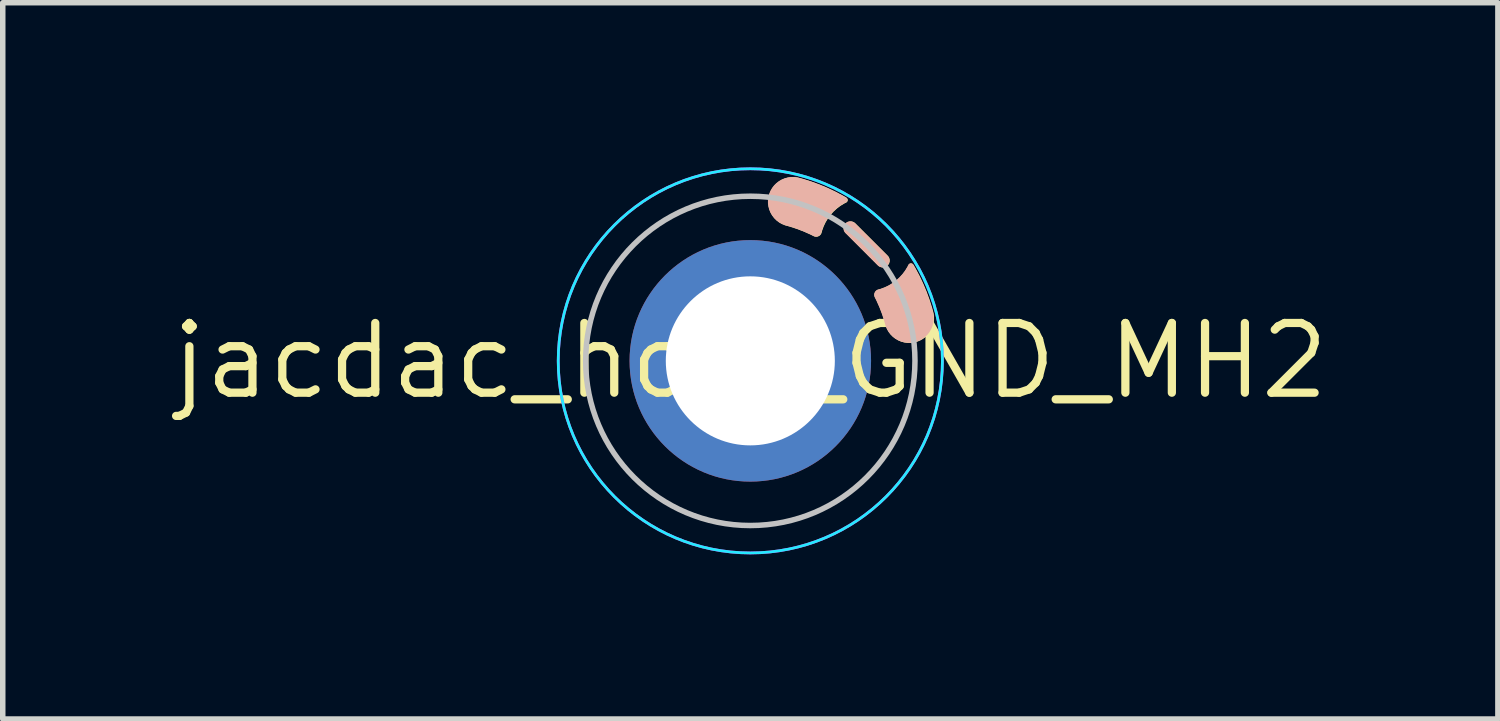
<source format=kicad_pcb>
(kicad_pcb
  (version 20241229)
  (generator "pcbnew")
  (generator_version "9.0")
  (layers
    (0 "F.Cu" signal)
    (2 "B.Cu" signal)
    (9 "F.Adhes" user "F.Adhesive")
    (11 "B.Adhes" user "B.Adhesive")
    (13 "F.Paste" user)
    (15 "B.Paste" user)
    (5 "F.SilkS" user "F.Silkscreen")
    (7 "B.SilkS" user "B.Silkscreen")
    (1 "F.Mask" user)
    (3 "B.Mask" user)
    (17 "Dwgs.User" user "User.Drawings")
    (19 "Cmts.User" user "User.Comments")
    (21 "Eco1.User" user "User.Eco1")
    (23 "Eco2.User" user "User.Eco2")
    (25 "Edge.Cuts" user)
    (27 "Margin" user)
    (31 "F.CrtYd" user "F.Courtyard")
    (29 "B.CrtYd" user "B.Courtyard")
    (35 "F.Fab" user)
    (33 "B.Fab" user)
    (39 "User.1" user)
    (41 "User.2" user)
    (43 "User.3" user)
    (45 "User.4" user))
  (footprint "jacdac_hole_GND_MH2"
    (layer "F.Cu")
    (at 10.621 3.525)
    (property "Reference" "jacdac_hole_GND_MH2" (at 0 0 0) (layer "F.SilkS") (effects (font (size 1.27 1.27) (thickness 0.15))))
    (attr through_hole)
    (fp_circle (center 0 0) (end 2.5 0) (stroke (width 0.1) (type solid)) (fill yes) (layer "F.Mask"))
    (fp_circle (center 0 0) (end 2.5 0) (stroke (width 0.1) (type solid)) (fill yes) (layer "B.Mask"))
    (fp_poly (pts (arc (start 1.915506 -2.503912) (mid 1.738729 -2.503913) (end 1.738729 -2.327135)) (arc (start 2.327135 -1.738729) (mid 2.503912 -1.73873) (end 2.503912 -1.915506))) (stroke (width 0) (type solid)) (fill yes) (layer "F.SilkS"))
    (fp_poly (pts (arc (start 1.156844 -2.27249) (mid 0.913403 -2.380797) (end 0.659989 -2.463111)) (arc (start 0.659989 -2.463111) (mid 0.341791 -3.014247) (end 0.892926 -3.332444)) (arc (start 0.892926 -3.332444) (mid 1.334087 -3.181621) (end 1.750884 -2.972693)) (arc (start 1.750884 -2.972693) (mid 1.775472 -2.927688) (end 1.747498 -2.884706)) (arc (start 1.747498 -2.884706) (mid 1.463371 -2.659468) (end 1.298959 -2.336314)) (arc (start 1.298959 -2.336314) (mid 1.243179 -2.270384) (end 1.156844 -2.27249))) (stroke (width 0) (type solid)) (fill yes) (layer "F.SilkS"))
    (fp_poly (pts (arc (start 2.336314 -1.298959) (mid 2.270384 -1.243179) (end 2.27249 -1.156844)) (arc (start 2.27249 -1.156844) (mid 2.380797 -0.913403) (end 2.463111 -0.659989)) (arc (start 2.463111 -0.659989) (mid 3.014246 -0.341792) (end 3.332444 -0.892926)) (arc (start 3.332444 -0.892926) (mid 3.181621 -1.334087) (end 2.972693 -1.750884)) (arc (start 2.972693 -1.750884) (mid 2.927688 -1.775472) (end 2.884706 -1.747498)) (arc (start 2.884706 -1.747498) (mid 2.659468 -1.463371) (end 2.336314 -1.298959))) (stroke (width 0) (type solid)) (fill yes) (layer "F.SilkS"))
    (fp_poly (pts (arc (start 1.909904 -2.505774) (mid 1.733127 -2.505775) (end 1.733127 -2.328997)) (arc (start 2.321533 -1.740591) (mid 2.49831 -1.740592) (end 2.49831 -1.917368))) (stroke (width 0) (type solid)) (fill yes) (layer "B.SilkS"))
    (fp_poly (pts (arc (start 1.151242 -2.274352) (mid 0.907801 -2.382659) (end 0.654387 -2.464973)) (arc (start 0.654387 -2.464973) (mid 0.336189 -3.016109) (end 0.887324 -3.334306)) (arc (start 0.887324 -3.334306) (mid 1.328485 -3.183483) (end 1.745282 -2.974555)) (arc (start 1.745282 -2.974555) (mid 1.76987 -2.92955) (end 1.741896 -2.886568)) (arc (start 1.741896 -2.886568) (mid 1.457769 -2.66133) (end 1.293357 -2.338176)) (arc (start 1.293357 -2.338176) (mid 1.237577 -2.272246) (end 1.151242 -2.274352))) (stroke (width 0) (type solid)) (fill yes) (layer "B.SilkS"))
    (fp_poly (pts (arc (start 2.330712 -1.300821) (mid 2.264782 -1.245041) (end 2.266888 -1.158706)) (arc (start 2.266888 -1.158706) (mid 2.375195 -0.915265) (end 2.457509 -0.661851)) (arc (start 2.457509 -0.661851) (mid 3.008644 -0.343654) (end 3.326842 -0.894788)) (arc (start 3.326842 -0.894788) (mid 3.176019 -1.335949) (end 2.967091 -1.752746)) (arc (start 2.967091 -1.752746) (mid 2.922086 -1.777334) (end 2.879104 -1.74936)) (arc (start 2.879104 -1.74936) (mid 2.653866 -1.465233) (end 2.330712 -1.300821))) (stroke (width 0) (type solid)) (fill yes) (layer "B.SilkS"))
    (fp_circle (center 0 0) (end 3 0) (stroke (width 0.1) (type default)) (fill no) (layer "Dwgs.User"))
    (fp_circle (center 0 0) (end 3.5 0) (stroke (width 0.05) (type default)) (fill no) (layer "B.CrtYd"))
    (fp_circle (center 0 0) (end 3.5 0) (stroke (width 0.05) (type default)) (fill no) (layer "F.CrtYd"))
    (pad "MH2" thru_hole circle (at 0 0) (size 4.4 4.4) (drill 3.08) (layers "*.Cu" "*.Mask"))
    (zone (net_name "") (layers "F.Cu" "B.Cu") (hatch edge 0.508) (connect_pads) (min_thickness 0.254) (filled_areas_thickness no) (keepout (tracks allowed) (vias allowed) (pads allowed) (copperpour not_allowed) (footprints allowed)) (placement (enabled no)) (fill) (polygon (pts (xy 13.626 3.525) (xy 13.606 3.176) (xy 13.545 2.832) (xy 13.445 2.497) (xy 13.306 2.176) (xy 13.132 1.874) (xy 12.923 1.593) (xy 12.683 1.339) (xy 12.415 1.115) (xy 12.123 0.923) (xy 11.811 0.766) (xy 11.483 0.646) (xy 11.143 0.566) (xy 10.796 0.525) (xy 10.446 0.525) (xy 10.099 0.566) (xy 9.759 0.646) (xy 9.431 0.766) (xy 9.118 0.923) (xy 8.826 1.115) (xy 8.559 1.339) (xy 8.319 1.593) (xy 8.11 1.874) (xy 7.935 2.176) (xy 7.797 2.497) (xy 7.697 2.832) (xy 7.636 3.176) (xy 7.616 3.525) (xy 7.636 3.874) (xy 7.697 4.218) (xy 7.797 4.553) (xy 7.935 4.874) (xy 8.11 5.176) (xy 8.319 5.457) (xy 8.559 5.711) (xy 8.826 5.935) (xy 9.118 6.127) (xy 9.431 6.284) (xy 9.759 6.404) (xy 10.099 6.484) (xy 10.446 6.525) (xy 10.796 6.525) (xy 11.143 6.484) (xy 11.483 6.404) (xy 11.811 6.284) (xy 12.123 6.127) (xy 12.415 5.935) (xy 12.683 5.711) (xy 12.923 5.457) (xy 13.132 5.176) (xy 13.306 4.874) (xy 13.445 4.553) (xy 13.545 4.218) (xy 13.606 3.874)))))
  (gr_rect
    (start -3 -3)
    (end 24.242 10.05)
    (stroke (width 0.1) (type default))
    (fill no)
    (layer "Edge.Cuts")))
</source>
